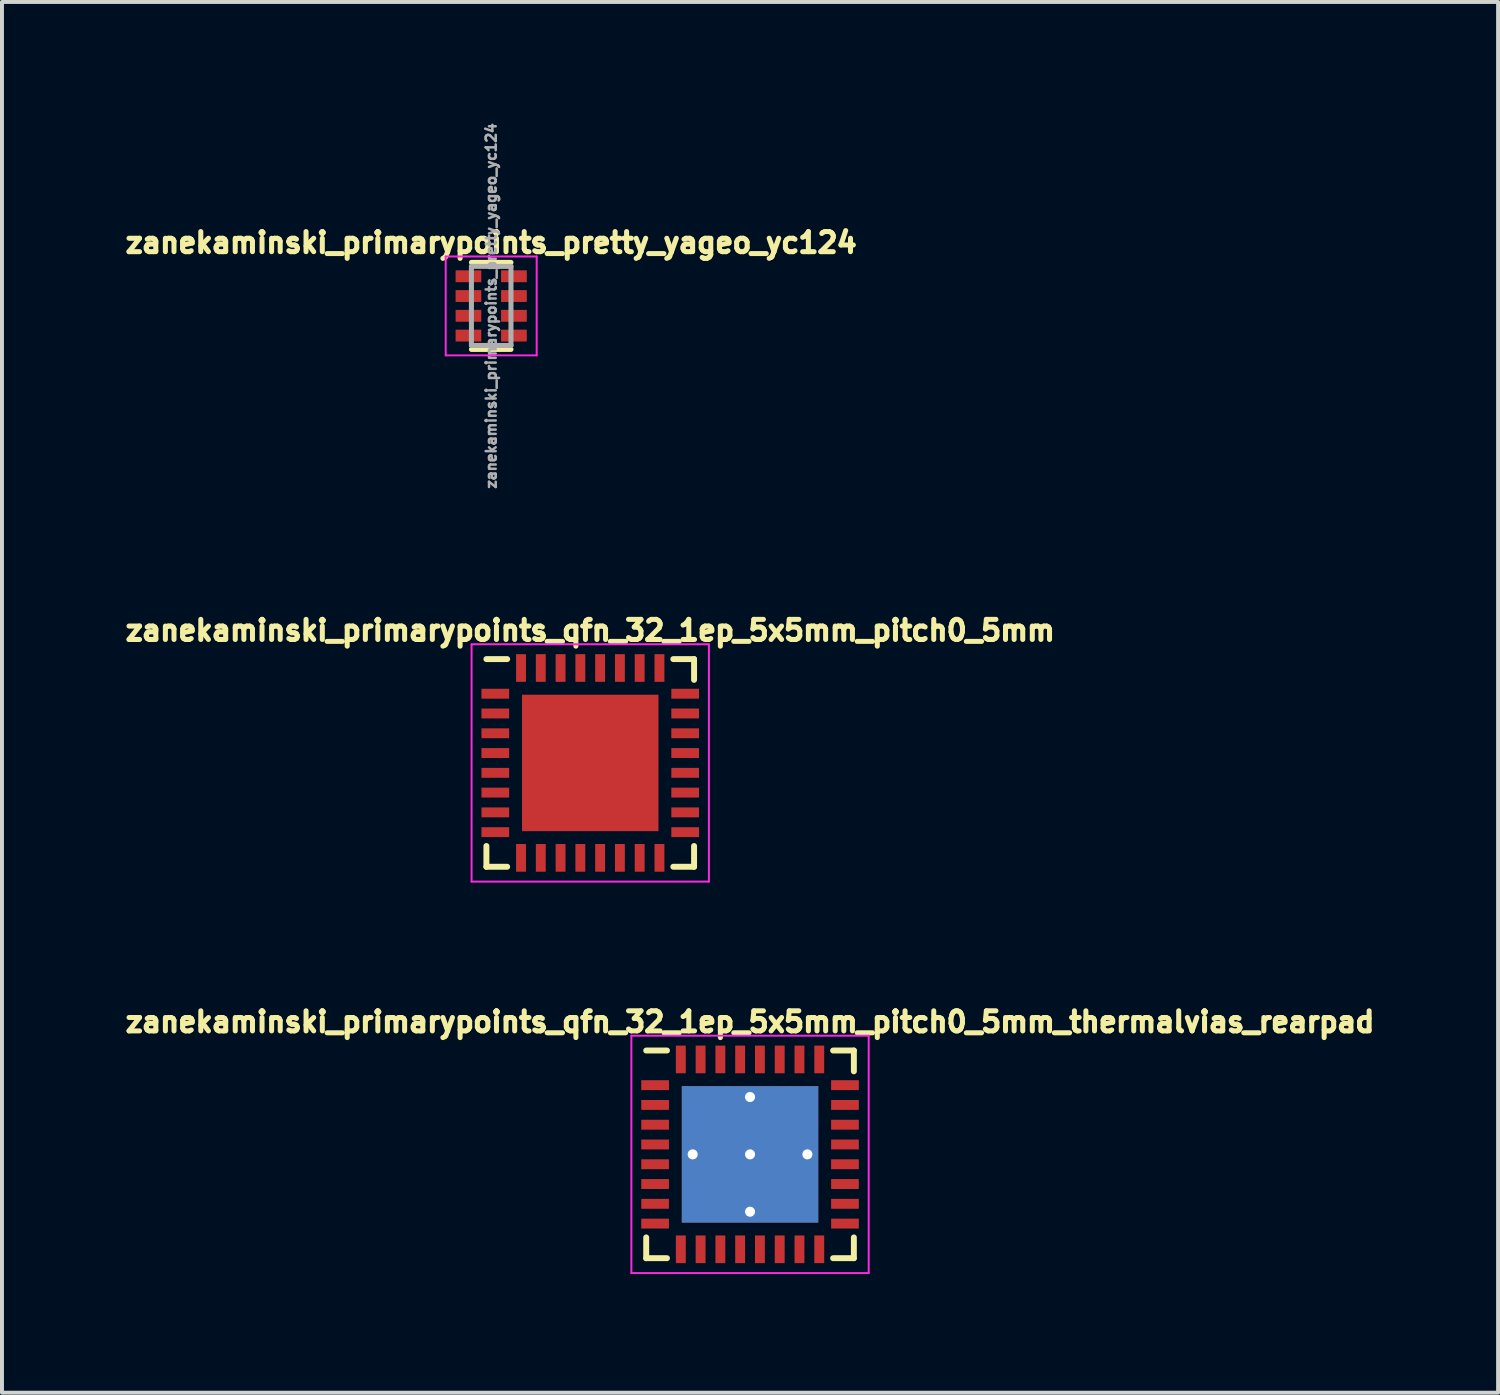
<source format=kicad_pcb>
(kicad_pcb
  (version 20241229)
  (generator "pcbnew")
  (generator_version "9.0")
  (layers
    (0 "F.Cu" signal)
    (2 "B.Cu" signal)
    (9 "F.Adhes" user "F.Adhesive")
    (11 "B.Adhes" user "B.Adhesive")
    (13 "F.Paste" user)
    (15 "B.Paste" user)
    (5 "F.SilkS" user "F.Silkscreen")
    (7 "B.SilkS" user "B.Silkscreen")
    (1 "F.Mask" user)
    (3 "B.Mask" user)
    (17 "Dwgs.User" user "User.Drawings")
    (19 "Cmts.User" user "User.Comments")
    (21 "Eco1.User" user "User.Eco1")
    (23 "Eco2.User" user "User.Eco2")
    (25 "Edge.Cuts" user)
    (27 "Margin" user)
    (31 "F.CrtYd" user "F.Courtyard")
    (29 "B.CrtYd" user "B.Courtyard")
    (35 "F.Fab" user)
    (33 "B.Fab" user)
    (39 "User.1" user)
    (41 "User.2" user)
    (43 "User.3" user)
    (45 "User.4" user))
  (footprint "zanekaminski_primarypoints_qfn_32_1ep_5x5mm_pitch0_5mm"
    (layer "F.Cu")
    (at 11.872 16.238)
    (property "Reference" "zanekaminski_primarypoints_qfn_32_1ep_5x5mm_pitch0_5mm" (at 0 -3.35 0) (layer "F.SilkS") (effects (font (size 0.508 0.508) (thickness 0.127))))
    (attr smd)
    (fp_line (start -2.625 -2.625) (end -2.1 -2.625) (stroke (width 0.15) (type solid)) (layer "F.SilkS"))
    (fp_line (start -2.625 2.625) (end -2.625 2.1) (stroke (width 0.15) (type solid)) (layer "F.SilkS"))
    (fp_line (start -2.625 2.625) (end -2.1 2.625) (stroke (width 0.15) (type solid)) (layer "F.SilkS"))
    (fp_line (start 2.625 -2.625) (end 2.1 -2.625) (stroke (width 0.15) (type solid)) (layer "F.SilkS"))
    (fp_line (start 2.625 -2.625) (end 2.625 -2.1) (stroke (width 0.15) (type solid)) (layer "F.SilkS"))
    (fp_line (start 2.625 2.625) (end 2.1 2.625) (stroke (width 0.15) (type solid)) (layer "F.SilkS"))
    (fp_line (start 2.625 2.625) (end 2.625 2.1) (stroke (width 0.15) (type solid)) (layer "F.SilkS"))
    (fp_line (start -3 -3) (end -3 3) (stroke (width 0.05) (type solid)) (layer "F.CrtYd"))
    (fp_line (start -3 -3) (end 3 -3) (stroke (width 0.05) (type solid)) (layer "F.CrtYd"))
    (fp_line (start -3 3) (end 3 3) (stroke (width 0.05) (type solid)) (layer "F.CrtYd"))
    (fp_line (start 3 -3) (end 3 3) (stroke (width 0.05) (type solid)) (layer "F.CrtYd"))
    (pad "" smd rect (at -0.863 -0.863) (size 1.725 1.725) (layers "F.Paste"))
    (pad "" smd rect (at -0.863 0.863) (size 1.725 1.725) (layers "F.Paste"))
    (pad "" smd rect (at 0.863 -0.863) (size 1.725 1.725) (layers "F.Paste"))
    (pad "" smd rect (at 0.863 0.863) (size 1.725 1.725) (layers "F.Paste"))
    (pad "1" smd rect (at -2.4 -1.75) (size 0.7 0.25) (layers "F.Cu" "F.Mask" "F.Paste"))
    (pad "2" smd rect (at -2.4 -1.25) (size 0.7 0.25) (layers "F.Cu" "F.Mask" "F.Paste"))
    (pad "3" smd rect (at -2.4 -0.75) (size 0.7 0.25) (layers "F.Cu" "F.Mask" "F.Paste"))
    (pad "4" smd rect (at -2.4 -0.25) (size 0.7 0.25) (layers "F.Cu" "F.Mask" "F.Paste"))
    (pad "5" smd rect (at -2.4 0.25) (size 0.7 0.25) (layers "F.Cu" "F.Mask" "F.Paste"))
    (pad "6" smd rect (at -2.4 0.75) (size 0.7 0.25) (layers "F.Cu" "F.Mask" "F.Paste"))
    (pad "7" smd rect (at -2.4 1.25) (size 0.7 0.25) (layers "F.Cu" "F.Mask" "F.Paste"))
    (pad "8" smd rect (at -2.4 1.75) (size 0.7 0.25) (layers "F.Cu" "F.Mask" "F.Paste"))
    (pad "9" smd rect (at -1.75 2.4 90) (size 0.7 0.25) (layers "F.Cu" "F.Mask" "F.Paste"))
    (pad "10" smd rect (at -1.25 2.4 90) (size 0.7 0.25) (layers "F.Cu" "F.Mask" "F.Paste"))
    (pad "11" smd rect (at -0.75 2.4 90) (size 0.7 0.25) (layers "F.Cu" "F.Mask" "F.Paste"))
    (pad "12" smd rect (at -0.25 2.4 90) (size 0.7 0.25) (layers "F.Cu" "F.Mask" "F.Paste"))
    (pad "13" smd rect (at 0.25 2.4 90) (size 0.7 0.25) (layers "F.Cu" "F.Mask" "F.Paste"))
    (pad "14" smd rect (at 0.75 2.4 90) (size 0.7 0.25) (layers "F.Cu" "F.Mask" "F.Paste"))
    (pad "15" smd rect (at 1.25 2.4 90) (size 0.7 0.25) (layers "F.Cu" "F.Mask" "F.Paste"))
    (pad "16" smd rect (at 1.75 2.4 90) (size 0.7 0.25) (layers "F.Cu" "F.Mask" "F.Paste"))
    (pad "17" smd rect (at 2.4 1.75) (size 0.7 0.25) (layers "F.Cu" "F.Mask" "F.Paste"))
    (pad "18" smd rect (at 2.4 1.25) (size 0.7 0.25) (layers "F.Cu" "F.Mask" "F.Paste"))
    (pad "19" smd rect (at 2.4 0.75) (size 0.7 0.25) (layers "F.Cu" "F.Mask" "F.Paste"))
    (pad "20" smd rect (at 2.4 0.25) (size 0.7 0.25) (layers "F.Cu" "F.Mask" "F.Paste"))
    (pad "21" smd rect (at 2.4 -0.25) (size 0.7 0.25) (layers "F.Cu" "F.Mask" "F.Paste"))
    (pad "22" smd rect (at 2.4 -0.75) (size 0.7 0.25) (layers "F.Cu" "F.Mask" "F.Paste"))
    (pad "23" smd rect (at 2.4 -1.25) (size 0.7 0.25) (layers "F.Cu" "F.Mask" "F.Paste"))
    (pad "24" smd rect (at 2.4 -1.75) (size 0.7 0.25) (layers "F.Cu" "F.Mask" "F.Paste"))
    (pad "25" smd rect (at 1.75 -2.4 90) (size 0.7 0.25) (layers "F.Cu" "F.Mask" "F.Paste"))
    (pad "26" smd rect (at 1.25 -2.4 90) (size 0.7 0.25) (layers "F.Cu" "F.Mask" "F.Paste"))
    (pad "27" smd rect (at 0.75 -2.4 90) (size 0.7 0.25) (layers "F.Cu" "F.Mask" "F.Paste"))
    (pad "28" smd rect (at 0.25 -2.4 90) (size 0.7 0.25) (layers "F.Cu" "F.Mask" "F.Paste"))
    (pad "29" smd rect (at -0.25 -2.4 90) (size 0.7 0.25) (layers "F.Cu" "F.Mask" "F.Paste"))
    (pad "30" smd rect (at -0.75 -2.4 90) (size 0.7 0.25) (layers "F.Cu" "F.Mask" "F.Paste"))
    (pad "31" smd rect (at -1.25 -2.4 90) (size 0.7 0.25) (layers "F.Cu" "F.Mask" "F.Paste"))
    (pad "32" smd rect (at -1.75 -2.4 90) (size 0.7 0.25) (layers "F.Cu" "F.Mask" "F.Paste"))
    (pad "33" smd rect (at 0 0) (size 3.45 3.45) (layers "F.Cu" "F.Mask")))
  (footprint "zanekaminski_primarypoints_pretty_yageo_yc124"
    (layer "F.Cu")
    (at 9.368 4.684)
    (property "Reference" "zanekaminski_primarypoints_pretty_yageo_yc124" (at 0 -1.6 0) (layer "F.SilkS") (effects (font (size 0.508 0.508) (thickness 0.127))))
    (attr through_hole)
    (fp_line (start -0.5 -1.1) (end 0.5 -1.1) (stroke (width 0.127) (type solid)) (layer "F.SilkS"))
    (fp_line (start -0.5 1.1) (end 0.5 1.1) (stroke (width 0.127) (type solid)) (layer "F.SilkS"))
    (fp_line (start -1.15 -1.25) (end -1.15 1.25) (stroke (width 0.05) (type solid)) (layer "F.CrtYd"))
    (fp_line (start -1.15 -1.25) (end 1.15 -1.25) (stroke (width 0.05) (type solid)) (layer "F.CrtYd"))
    (fp_line (start -1.15 1.25) (end 1.15 1.25) (stroke (width 0.05) (type solid)) (layer "F.CrtYd"))
    (fp_line (start 1.15 -1.25) (end 1.15 1.25) (stroke (width 0.05) (type solid)) (layer "F.CrtYd"))
    (fp_line (start -0.5 -1) (end 0.5 -1) (stroke (width 0.127) (type solid)) (layer "F.Fab"))
    (fp_line (start -0.5 1) (end -0.5 -1) (stroke (width 0.127) (type solid)) (layer "F.Fab"))
    (fp_line (start 0.5 -1) (end 0.5 1) (stroke (width 0.127) (type solid)) (layer "F.Fab"))
    (fp_line (start 0.5 1) (end -0.5 1) (stroke (width 0.127) (type solid)) (layer "F.Fab"))
    (fp_text user "${REFERENCE}" (at 0 0 90) (layer "F.Fab") (effects (font (size 0.254 0.254) (thickness 0.064))))
    (pad "1" smd rect (at -0.575 -0.75) (size 0.65 0.3) (layers "F.Cu" "F.Mask" "F.Paste"))
    (pad "2" smd rect (at -0.575 -0.25) (size 0.65 0.3) (layers "F.Cu" "F.Mask" "F.Paste"))
    (pad "3" smd rect (at -0.575 0.25) (size 0.65 0.3) (layers "F.Cu" "F.Mask" "F.Paste"))
    (pad "4" smd rect (at -0.575 0.75) (size 0.65 0.3) (layers "F.Cu" "F.Mask" "F.Paste"))
    (pad "5" smd rect (at 0.575 0.75) (size 0.65 0.3) (layers "F.Cu" "F.Mask" "F.Paste"))
    (pad "6" smd rect (at 0.575 0.25) (size 0.65 0.3) (layers "F.Cu" "F.Mask" "F.Paste"))
    (pad "7" smd rect (at 0.575 -0.25) (size 0.65 0.3) (layers "F.Cu" "F.Mask" "F.Paste"))
    (pad "8" smd rect (at 0.575 -0.75) (size 0.65 0.3) (layers "F.Cu" "F.Mask" "F.Paste")))
  (footprint "zanekaminski_primarypoints_qfn_32_1ep_5x5mm_pitch0_5mm_thermalvias_rearpad"
    (layer "F.Cu")
    (at 15.912 26.134)
    (property "Reference" "zanekaminski_primarypoints_qfn_32_1ep_5x5mm_pitch0_5mm_thermalvias_rearpad" (at 0 -3.35 0) (layer "F.SilkS") (effects (font (size 0.508 0.508) (thickness 0.127))))
    (attr smd)
    (fp_line (start -2.625 -2.625) (end -2.1 -2.625) (stroke (width 0.15) (type solid)) (layer "F.SilkS"))
    (fp_line (start -2.625 2.625) (end -2.625 2.1) (stroke (width 0.15) (type solid)) (layer "F.SilkS"))
    (fp_line (start -2.625 2.625) (end -2.1 2.625) (stroke (width 0.15) (type solid)) (layer "F.SilkS"))
    (fp_line (start 2.625 -2.625) (end 2.1 -2.625) (stroke (width 0.15) (type solid)) (layer "F.SilkS"))
    (fp_line (start 2.625 -2.625) (end 2.625 -2.1) (stroke (width 0.15) (type solid)) (layer "F.SilkS"))
    (fp_line (start 2.625 2.625) (end 2.1 2.625) (stroke (width 0.15) (type solid)) (layer "F.SilkS"))
    (fp_line (start 2.625 2.625) (end 2.625 2.1) (stroke (width 0.15) (type solid)) (layer "F.SilkS"))
    (fp_line (start -3 -3) (end -3 3) (stroke (width 0.05) (type solid)) (layer "F.CrtYd"))
    (fp_line (start -3 -3) (end 3 -3) (stroke (width 0.05) (type solid)) (layer "F.CrtYd"))
    (fp_line (start -3 3) (end 3 3) (stroke (width 0.05) (type solid)) (layer "F.CrtYd"))
    (fp_line (start 3 -3) (end 3 3) (stroke (width 0.05) (type solid)) (layer "F.CrtYd"))
    (pad "" smd rect (at -0.863 -0.863) (size 1.725 1.725) (layers "F.Paste"))
    (pad "" smd rect (at -0.863 0.863) (size 1.725 1.725) (layers "F.Paste"))
    (pad "" smd rect (at 0.863 -0.863) (size 1.725 1.725) (layers "F.Paste"))
    (pad "" smd rect (at 0.863 0.863) (size 1.725 1.725) (layers "F.Paste"))
    (pad "1" smd rect (at -2.4 -1.75) (size 0.7 0.25) (layers "F.Cu" "F.Mask" "F.Paste"))
    (pad "2" smd rect (at -2.4 -1.25) (size 0.7 0.25) (layers "F.Cu" "F.Mask" "F.Paste"))
    (pad "3" smd rect (at -2.4 -0.75) (size 0.7 0.25) (layers "F.Cu" "F.Mask" "F.Paste"))
    (pad "4" smd rect (at -2.4 -0.25) (size 0.7 0.25) (layers "F.Cu" "F.Mask" "F.Paste"))
    (pad "5" smd rect (at -2.4 0.25) (size 0.7 0.25) (layers "F.Cu" "F.Mask" "F.Paste"))
    (pad "6" smd rect (at -2.4 0.75) (size 0.7 0.25) (layers "F.Cu" "F.Mask" "F.Paste"))
    (pad "7" smd rect (at -2.4 1.25) (size 0.7 0.25) (layers "F.Cu" "F.Mask" "F.Paste"))
    (pad "8" smd rect (at -2.4 1.75) (size 0.7 0.25) (layers "F.Cu" "F.Mask" "F.Paste"))
    (pad "9" smd rect (at -1.75 2.4 90) (size 0.7 0.25) (layers "F.Cu" "F.Mask" "F.Paste"))
    (pad "10" smd rect (at -1.25 2.4 90) (size 0.7 0.25) (layers "F.Cu" "F.Mask" "F.Paste"))
    (pad "11" smd rect (at -0.75 2.4 90) (size 0.7 0.25) (layers "F.Cu" "F.Mask" "F.Paste"))
    (pad "12" smd rect (at -0.25 2.4 90) (size 0.7 0.25) (layers "F.Cu" "F.Mask" "F.Paste"))
    (pad "13" smd rect (at 0.25 2.4 90) (size 0.7 0.25) (layers "F.Cu" "F.Mask" "F.Paste"))
    (pad "14" smd rect (at 0.75 2.4 90) (size 0.7 0.25) (layers "F.Cu" "F.Mask" "F.Paste"))
    (pad "15" smd rect (at 1.25 2.4 90) (size 0.7 0.25) (layers "F.Cu" "F.Mask" "F.Paste"))
    (pad "16" smd rect (at 1.75 2.4 90) (size 0.7 0.25) (layers "F.Cu" "F.Mask" "F.Paste"))
    (pad "17" smd rect (at 2.4 1.75) (size 0.7 0.25) (layers "F.Cu" "F.Mask" "F.Paste"))
    (pad "18" smd rect (at 2.4 1.25) (size 0.7 0.25) (layers "F.Cu" "F.Mask" "F.Paste"))
    (pad "19" smd rect (at 2.4 0.75) (size 0.7 0.25) (layers "F.Cu" "F.Mask" "F.Paste"))
    (pad "20" smd rect (at 2.4 0.25) (size 0.7 0.25) (layers "F.Cu" "F.Mask" "F.Paste"))
    (pad "21" smd rect (at 2.4 -0.25) (size 0.7 0.25) (layers "F.Cu" "F.Mask" "F.Paste"))
    (pad "22" smd rect (at 2.4 -0.75) (size 0.7 0.25) (layers "F.Cu" "F.Mask" "F.Paste"))
    (pad "23" smd rect (at 2.4 -1.25) (size 0.7 0.25) (layers "F.Cu" "F.Mask" "F.Paste"))
    (pad "24" smd rect (at 2.4 -1.75) (size 0.7 0.25) (layers "F.Cu" "F.Mask" "F.Paste"))
    (pad "25" smd rect (at 1.75 -2.4 90) (size 0.7 0.25) (layers "F.Cu" "F.Mask" "F.Paste"))
    (pad "26" smd rect (at 1.25 -2.4 90) (size 0.7 0.25) (layers "F.Cu" "F.Mask" "F.Paste"))
    (pad "27" smd rect (at 0.75 -2.4 90) (size 0.7 0.25) (layers "F.Cu" "F.Mask" "F.Paste"))
    (pad "28" smd rect (at 0.25 -2.4 90) (size 0.7 0.25) (layers "F.Cu" "F.Mask" "F.Paste"))
    (pad "29" smd rect (at -0.25 -2.4 90) (size 0.7 0.25) (layers "F.Cu" "F.Mask" "F.Paste"))
    (pad "30" smd rect (at -0.75 -2.4 90) (size 0.7 0.25) (layers "F.Cu" "F.Mask" "F.Paste"))
    (pad "31" smd rect (at -1.25 -2.4 90) (size 0.7 0.25) (layers "F.Cu" "F.Mask" "F.Paste"))
    (pad "32" smd rect (at -1.75 -2.4 90) (size 0.7 0.25) (layers "F.Cu" "F.Mask" "F.Paste"))
    (pad "33" thru_hole circle (at -1.45 0) (size 0.508 0.508) (drill 0.254) (layers "*.Cu"))
    (pad "33" thru_hole circle (at 0 -1.45) (size 0.508 0.508) (drill 0.254) (layers "*.Cu"))
    (pad "33" thru_hole circle (at 0 0) (size 0.508 0.508) (drill 0.254) (layers "*.Cu"))
    (pad "33" smd rect (at 0 0) (size 3.45 3.45) (layers "F.Cu" "F.Mask"))
    (pad "33" smd rect (at 0 0) (size 3.45 3.45) (layers "B.Cu" "B.Mask"))
    (pad "33" thru_hole circle (at 0 1.45) (size 0.508 0.508) (drill 0.254) (layers "*.Cu"))
    (pad "33" thru_hole circle (at 1.45 0) (size 0.508 0.508) (drill 0.254) (layers "*.Cu")))
  (gr_rect
    (start -3 -3)
    (end 34.824 32.159)
    (stroke (width 0.1) (type default))
    (fill no)
    (layer "Edge.Cuts")))
</source>
